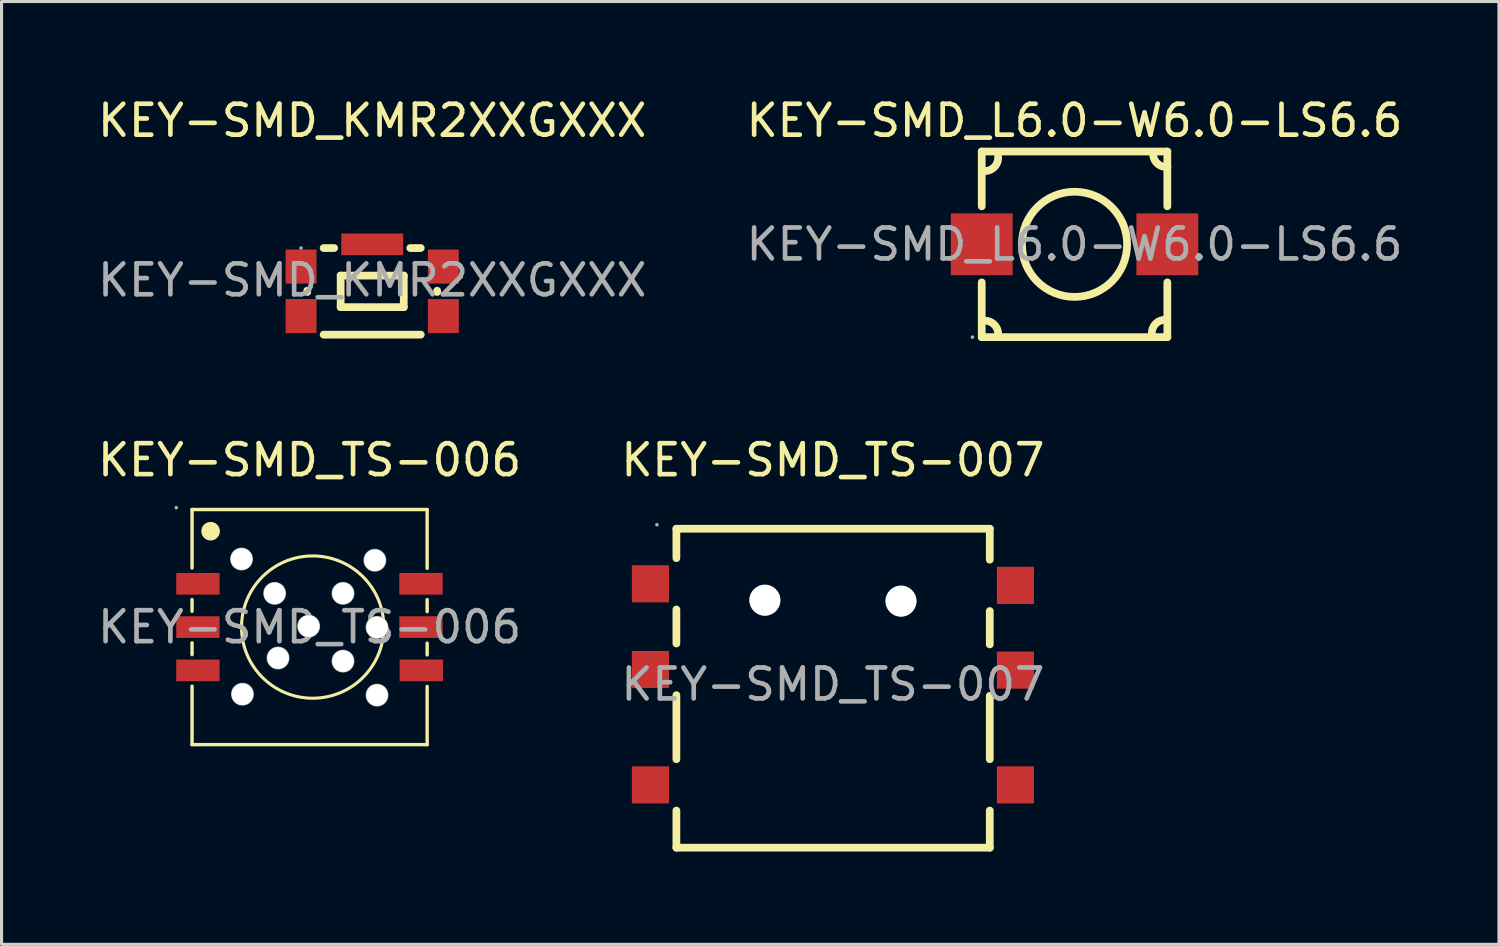
<source format=kicad_pcb>
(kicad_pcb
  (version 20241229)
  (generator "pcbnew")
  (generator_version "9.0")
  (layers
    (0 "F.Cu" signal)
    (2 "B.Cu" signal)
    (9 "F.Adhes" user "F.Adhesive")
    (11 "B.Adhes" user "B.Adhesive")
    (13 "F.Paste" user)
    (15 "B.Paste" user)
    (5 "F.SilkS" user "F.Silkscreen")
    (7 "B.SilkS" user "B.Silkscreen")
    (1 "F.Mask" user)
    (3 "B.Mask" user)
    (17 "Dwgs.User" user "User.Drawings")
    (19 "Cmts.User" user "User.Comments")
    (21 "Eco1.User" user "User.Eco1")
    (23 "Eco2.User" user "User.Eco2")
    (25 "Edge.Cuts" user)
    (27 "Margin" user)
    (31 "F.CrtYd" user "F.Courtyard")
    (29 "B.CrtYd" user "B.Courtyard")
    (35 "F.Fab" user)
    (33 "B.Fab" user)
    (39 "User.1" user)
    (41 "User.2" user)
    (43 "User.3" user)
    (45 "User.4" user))
  (footprint "KEY-SMD_L6.0-W6.0-LS6.6"
    (layer "F.Cu")
    (at 31.685 4.848)
    (property "Reference" "KEY-SMD_L6.0-W6.0-LS6.6" (at 0 -4 0) (layer "F.SilkS") (effects (font (size 1 1) (thickness 0.15))))
    (attr through_hole)
    (fp_line (start -3 -3) (end -3 -1.23) (stroke (width 0.25) (type solid)) (layer "F.SilkS"))
    (fp_line (start -3 -3) (end 3 -3) (stroke (width 0.25) (type solid)) (layer "F.SilkS"))
    (fp_line (start -3 1.23) (end -3 3) (stroke (width 0.25) (type solid)) (layer "F.SilkS"))
    (fp_line (start 3 -1.23) (end 3 -3) (stroke (width 0.25) (type solid)) (layer "F.SilkS"))
    (fp_line (start 3 3) (end -3 3) (stroke (width 0.25) (type solid)) (layer "F.SilkS"))
    (fp_line (start 3 3) (end 3 1.23) (stroke (width 0.25) (type solid)) (layer "F.SilkS"))
    (fp_arc (start -2.932387 2.470173) (mid -2.596052 2.59436) (end -2.47 2.93) (stroke (width 0.25) (type solid)) (layer "F.SilkS"))
    (fp_arc (start -2.470173 -2.832387) (mid -2.59436 -2.496052) (end -2.93 -2.37) (stroke (width 0.25) (type solid)) (layer "F.SilkS"))
    (fp_arc (start 2.500173 2.902387) (mid 2.62436 2.566052) (end 2.96 2.44) (stroke (width 0.25) (type solid)) (layer "F.SilkS"))
    (fp_arc (start 3.002387 -2.500173) (mid 2.666052 -2.62436) (end 2.54 -2.96) (stroke (width 0.25) (type solid)) (layer "F.SilkS"))
    (fp_circle (center 0 0) (end 1.7 0) (stroke (width 0.25) (type solid)) (fill no) (layer "F.SilkS"))
    (fp_circle (center -3.3 3) (end -3.27 3) (stroke (width 0.06) (type solid)) (fill no) (layer "F.Fab"))
    (fp_text user "${REFERENCE}" (at 0 0 0) (layer "F.Fab") (effects (font (size 1 1) (thickness 0.15))))
    (pad "1" smd rect (at -3 0) (size 2 2) (layers "F.Cu" "F.Mask" "F.Paste"))
    (pad "2" smd rect (at 3 0) (size 2 2) (layers "F.Cu" "F.Mask" "F.Paste")))
  (footprint "KEY-SMD_TS-006"
    (layer "F.Cu")
    (at 6.958 17.221)
    (property "Reference" "KEY-SMD_TS-006" (at 0 -5.4 0) (layer "F.SilkS") (effects (font (size 1 1) (thickness 0.15))))
    (attr through_hole)
    (fp_line (start -3.8 -3.8) (end 3.8 -3.8) (stroke (width 0.11) (type solid)) (layer "F.SilkS"))
    (fp_line (start -3.8 -1.91) (end -3.8 -3.8) (stroke (width 0.11) (type solid)) (layer "F.SilkS"))
    (fp_line (start -3.8 -0.51) (end -3.8 -0.89) (stroke (width 0.11) (type solid)) (layer "F.SilkS"))
    (fp_line (start -3.8 0.89) (end -3.8 0.51) (stroke (width 0.11) (type solid)) (layer "F.SilkS"))
    (fp_line (start -3.8 3.8) (end -3.8 1.91) (stroke (width 0.11) (type solid)) (layer "F.SilkS"))
    (fp_line (start 3.8 -3.8) (end 3.8 -1.9) (stroke (width 0.11) (type solid)) (layer "F.SilkS"))
    (fp_line (start 3.8 -0.89) (end 3.8 -0.5) (stroke (width 0.11) (type solid)) (layer "F.SilkS"))
    (fp_line (start 3.8 0.52) (end 3.8 0.9) (stroke (width 0.11) (type solid)) (layer "F.SilkS"))
    (fp_line (start 3.8 1.92) (end 3.8 3.8) (stroke (width 0.11) (type solid)) (layer "F.SilkS"))
    (fp_line (start 3.8 3.8) (end -3.8 3.8) (stroke (width 0.11) (type solid)) (layer "F.SilkS"))
    (fp_arc (start -3.05 -3.09) (mid -3.35025 -3.104995) (end -3.049667 -3.100016) (stroke (width 0.3) (type solid)) (layer "F.SilkS"))
    (fp_circle (center 0.1 0) (end 2.4 0) (stroke (width 0.1) (type solid)) (fill no) (layer "F.SilkS"))
    (fp_circle (center -4.31 -3.86) (end -4.28 -3.86) (stroke (width 0.06) (type solid)) (fill no) (layer "F.Fab"))
    (fp_circle (center -2.2 -2.2) (end -2.08 -2.2) (stroke (width 0.25) (type solid)) (fill no) (layer "F.Fab"))
    (fp_circle (center -2.17 2.17) (end -2.05 2.17) (stroke (width 0.25) (type solid)) (fill no) (layer "F.Fab"))
    (fp_circle (center -1.13 -1.09) (end -1.01 -1.09) (stroke (width 0.25) (type solid)) (fill no) (layer "F.Fab"))
    (fp_circle (center -1.02 1) (end -0.9 1) (stroke (width 0.25) (type solid)) (fill no) (layer "F.Fab"))
    (fp_circle (center -0.03 -0.03) (end 0.09 -0.03) (stroke (width 0.25) (type solid)) (fill no) (layer "F.Fab"))
    (fp_circle (center 1.08 -1.09) (end 1.2 -1.09) (stroke (width 0.25) (type solid)) (fill no) (layer "F.Fab"))
    (fp_circle (center 1.08 1.1) (end 1.2 1.1) (stroke (width 0.25) (type solid)) (fill no) (layer "F.Fab"))
    (fp_circle (center 2.11 -2.16) (end 2.23 -2.16) (stroke (width 0.25) (type solid)) (fill no) (layer "F.Fab"))
    (fp_circle (center 2.18 0.01) (end 2.3 0.01) (stroke (width 0.25) (type solid)) (fill no) (layer "F.Fab"))
    (fp_circle (center 2.18 2.2) (end 2.3 2.2) (stroke (width 0.25) (type solid)) (fill no) (layer "F.Fab"))
    (fp_text user "${REFERENCE}" (at 0 0 0) (layer "F.Fab") (effects (font (size 1 1) (thickness 0.15))))
    (pad "" thru_hole circle (at -2.2 -2.2) (size 0.7 0.7) (drill 0.7) (layers "*.Cu" "*.Mask"))
    (pad "" thru_hole circle (at -2.17 2.17) (size 0.7 0.7) (drill 0.7) (layers "*.Cu" "*.Mask"))
    (pad "" thru_hole circle (at -1.13 -1.09) (size 0.7 0.7) (drill 0.7) (layers "*.Cu" "*.Mask"))
    (pad "" thru_hole circle (at -1.02 1) (size 0.7 0.7) (drill 0.7) (layers "*.Cu" "*.Mask"))
    (pad "" thru_hole circle (at -0.03 -0.03) (size 0.7 0.7) (drill 0.7) (layers "*.Cu" "*.Mask"))
    (pad "" thru_hole circle (at 1.08 -1.09) (size 0.7 0.7) (drill 0.7) (layers "*.Cu" "*.Mask"))
    (pad "" thru_hole circle (at 1.08 1.1) (size 0.7 0.7) (drill 0.7) (layers "*.Cu" "*.Mask"))
    (pad "" thru_hole circle (at 2.11 -2.16) (size 0.7 0.7) (drill 0.7) (layers "*.Cu" "*.Mask"))
    (pad "" thru_hole circle (at 2.18 0.01) (size 0.7 0.7) (drill 0.7) (layers "*.Cu" "*.Mask"))
    (pad "" thru_hole circle (at 2.18 2.2) (size 0.7 0.7) (drill 0.7) (layers "*.Cu" "*.Mask"))
    (pad "1" smd rect (at -3.61 -1.4 270) (size 0.7 1.4) (layers "F.Cu" "F.Mask" "F.Paste"))
    (pad "2" smd rect (at -3.61 0 270) (size 0.7 1.4) (layers "F.Cu" "F.Mask" "F.Paste"))
    (pad "3" smd rect (at -3.61 1.4 90) (size 0.7 1.4) (layers "F.Cu" "F.Mask" "F.Paste"))
    (pad "4" smd rect (at 3.61 1.4 270) (size 0.7 1.4) (layers "F.Cu" "F.Mask" "F.Paste"))
    (pad "5" smd rect (at 3.6 0 90) (size 0.7 1.4) (layers "F.Cu" "F.Mask" "F.Paste"))
    (pad "6" smd rect (at 3.6 -1.4 90) (size 0.7 1.4) (layers "F.Cu" "F.Mask" "F.Paste")))
  (footprint "KEY-SMD_TS-007"
    (layer "F.Cu")
    (at 23.875 19.072)
    (property "Reference" "KEY-SMD_TS-007" (at 0 -7.25 0) (layer "F.SilkS") (effects (font (size 1 1) (thickness 0.15))))
    (attr through_hole)
    (fp_line (start -5.06 -5.03) (end 5.07 -5.03) (stroke (width 0.25) (type solid)) (layer "F.SilkS"))
    (fp_line (start -5.06 -4.08) (end -5.06 -5.03) (stroke (width 0.25) (type solid)) (layer "F.SilkS"))
    (fp_line (start -5.06 -1.32) (end -5.06 -2.42) (stroke (width 0.25) (type solid)) (layer "F.SilkS"))
    (fp_line (start -5.06 2.42) (end -5.06 0.35) (stroke (width 0.25) (type solid)) (layer "F.SilkS"))
    (fp_line (start -5.06 5.28) (end -5.06 4.08) (stroke (width 0.25) (type solid)) (layer "F.SilkS"))
    (fp_line (start 5.07 -5.03) (end 5.07 -4.03) (stroke (width 0.25) (type solid)) (layer "F.SilkS"))
    (fp_line (start 5.07 -2.37) (end 5.07 -1.29) (stroke (width 0.25) (type solid)) (layer "F.SilkS"))
    (fp_line (start 5.07 0.37) (end 5.07 2.42) (stroke (width 0.25) (type solid)) (layer "F.SilkS"))
    (fp_line (start 5.07 4.08) (end 5.07 5.28) (stroke (width 0.25) (type solid)) (layer "F.SilkS"))
    (fp_line (start 5.07 5.28) (end -5.06 5.28) (stroke (width 0.25) (type solid)) (layer "F.SilkS"))
    (fp_circle (center -5.69 -5.16) (end -5.66 -5.16) (stroke (width 0.06) (type solid)) (fill no) (layer "F.Fab"))
    (fp_circle (center -2.2 -2.72) (end -2 -2.72) (stroke (width 0.4) (type solid)) (fill no) (layer "F.Fab"))
    (fp_circle (center 2.17 -2.69) (end 2.37 -2.69) (stroke (width 0.4) (type solid)) (fill no) (layer "F.Fab"))
    (fp_text user "${REFERENCE}" (at 0 0 0) (layer "F.Fab") (effects (font (size 1 1) (thickness 0.15))))
    (pad "" thru_hole circle (at -2.2 -2.72) (size 1 1) (drill 1) (layers "*.Cu" "*.Mask"))
    (pad "" thru_hole circle (at 2.2 -2.69) (size 1 1) (drill 1) (layers "*.Cu" "*.Mask"))
    (pad "1" smd rect (at -5.9 -3.25) (size 1.2 1.2) (layers "F.Cu" "F.Mask" "F.Paste"))
    (pad "2" smd rect (at -5.9 -0.48) (size 1.2 1.2) (layers "F.Cu" "F.Mask" "F.Paste"))
    (pad "3" smd rect (at -5.9 3.25) (size 1.2 1.2) (layers "F.Cu" "F.Mask" "F.Paste"))
    (pad "4" smd rect (at 5.9 3.25) (size 1.2 1.2) (layers "F.Cu" "F.Mask" "F.Paste"))
    (pad "5" smd rect (at 5.9 -0.46) (size 1.2 1.2) (layers "F.Cu" "F.Mask" "F.Paste"))
    (pad "6" smd rect (at 5.9 -3.2) (size 1.2 1.2) (layers "F.Cu" "F.Mask" "F.Paste")))
  (footprint "KEY-SMD_KMR2XXGXXX"
    (layer "F.Cu")
    (at 8.982 6.008)
    (property "Reference" "KEY-SMD_KMR2XXGXXX" (at 0 -5.16 0) (layer "F.SilkS") (effects (font (size 1 1) (thickness 0.15))))
    (attr through_hole)
    (fp_line (start -2.1 0.38) (end -2.1 0.34) (stroke (width 0.25) (type solid)) (layer "F.SilkS"))
    (fp_line (start -1.23 -1.04) (end -1.57 -1.04) (stroke (width 0.25) (type solid)) (layer "F.SilkS"))
    (fp_line (start -1.02 -0.15) (end -1.02 0.87) (stroke (width 0.25) (type solid)) (layer "F.SilkS"))
    (fp_line (start -1.02 0.87) (end 1.02 0.87) (stroke (width 0.25) (type solid)) (layer "F.SilkS"))
    (fp_line (start 1.02 -0.15) (end -1.02 -0.15) (stroke (width 0.25) (type solid)) (layer "F.SilkS"))
    (fp_line (start 1.02 0.87) (end 1.02 -0.15) (stroke (width 0.25) (type solid)) (layer "F.SilkS"))
    (fp_line (start 1.57 -1.04) (end 1.23 -1.04) (stroke (width 0.25) (type solid)) (layer "F.SilkS"))
    (fp_line (start 1.57 1.76) (end -1.57 1.76) (stroke (width 0.25) (type solid)) (layer "F.SilkS"))
    (fp_line (start 2.1 0.34) (end 2.1 0.38) (stroke (width 0.25) (type solid)) (layer "F.SilkS"))
    (fp_circle (center -2.3 -1.04) (end -2.27 -1.04) (stroke (width 0.06) (type solid)) (fill no) (layer "F.Fab"))
    (fp_text user "${REFERENCE}" (at 0 0 0) (layer "F.Fab") (effects (font (size 1 1) (thickness 0.15))))
    (pad "1" smd rect (at -2.3 -0.44) (size 1 1.1) (layers "F.Cu" "F.Mask" "F.Paste"))
    (pad "2" smd rect (at 2.3 -0.44) (size 1 1.1) (layers "F.Cu" "F.Mask" "F.Paste"))
    (pad "3" smd rect (at -2.3 1.16) (size 1 1.1) (layers "F.Cu" "F.Mask" "F.Paste"))
    (pad "4" smd rect (at 2.3 1.16) (size 1 1.1) (layers "F.Cu" "F.Mask" "F.Paste"))
    (pad "5" smd rect (at 0 -1.16) (size 2 0.7) (layers "F.Cu" "F.Mask" "F.Paste")))
  (gr_rect
    (start -3 -3)
    (end 45.405 27.477)
    (stroke (width 0.1) (type default))
    (fill no)
    (layer "Edge.Cuts")))
</source>
